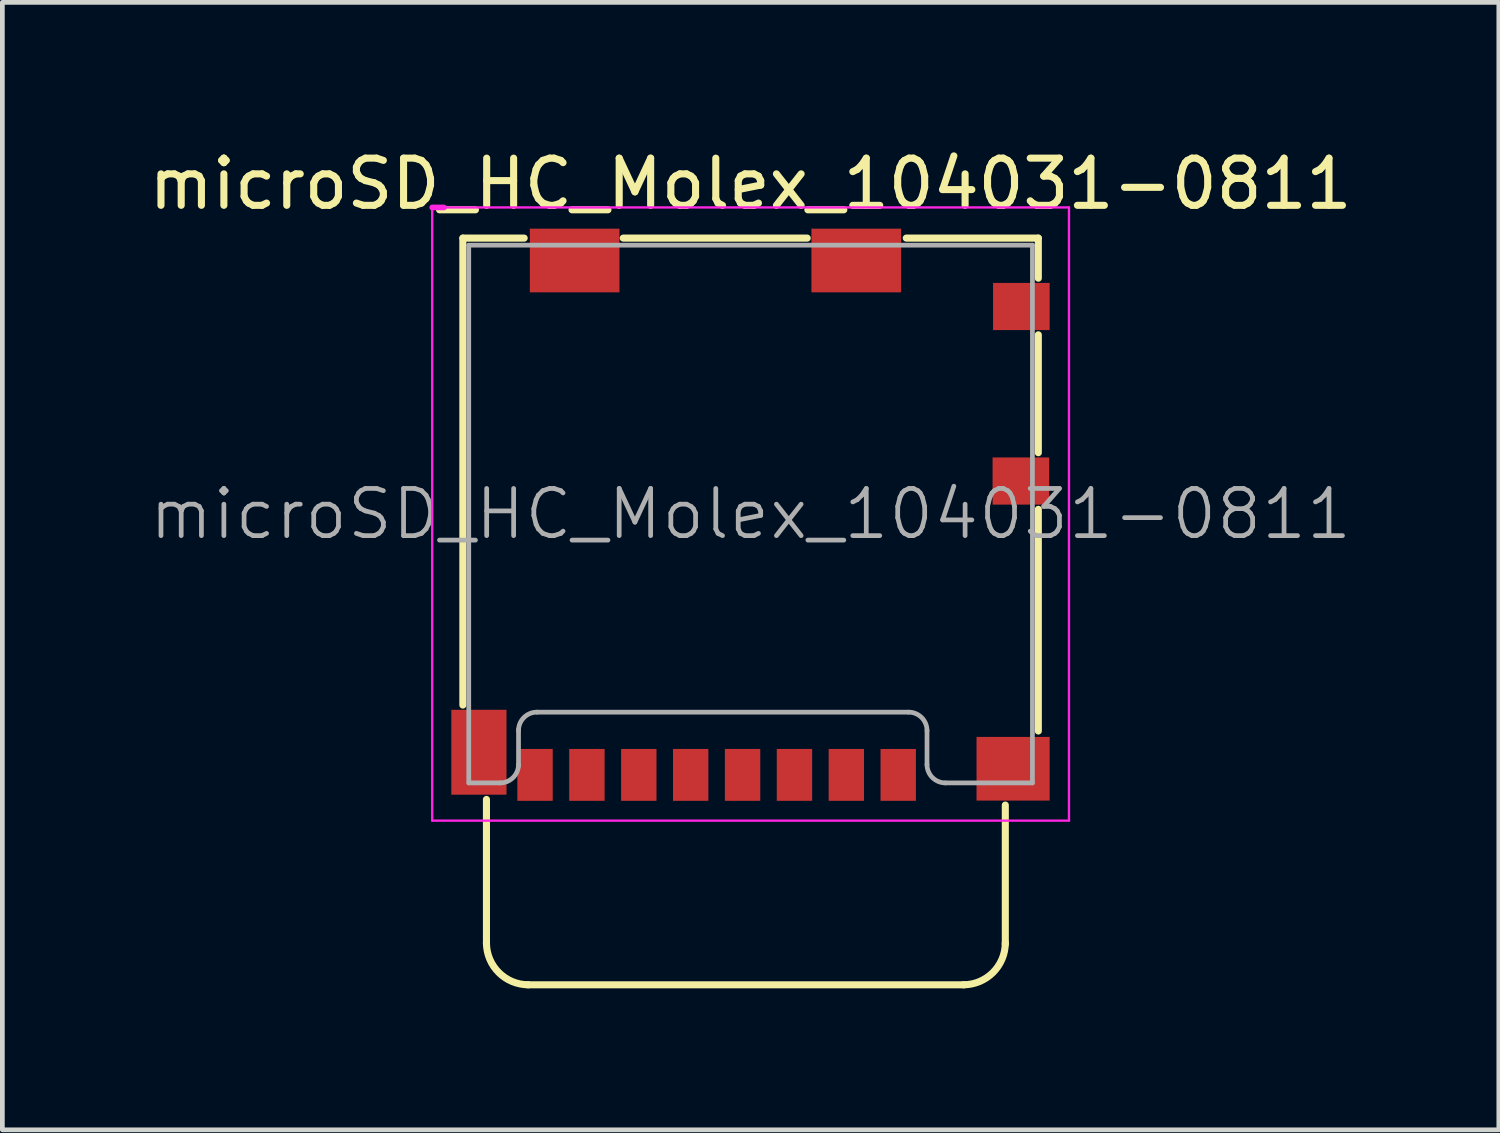
<source format=kicad_pcb>
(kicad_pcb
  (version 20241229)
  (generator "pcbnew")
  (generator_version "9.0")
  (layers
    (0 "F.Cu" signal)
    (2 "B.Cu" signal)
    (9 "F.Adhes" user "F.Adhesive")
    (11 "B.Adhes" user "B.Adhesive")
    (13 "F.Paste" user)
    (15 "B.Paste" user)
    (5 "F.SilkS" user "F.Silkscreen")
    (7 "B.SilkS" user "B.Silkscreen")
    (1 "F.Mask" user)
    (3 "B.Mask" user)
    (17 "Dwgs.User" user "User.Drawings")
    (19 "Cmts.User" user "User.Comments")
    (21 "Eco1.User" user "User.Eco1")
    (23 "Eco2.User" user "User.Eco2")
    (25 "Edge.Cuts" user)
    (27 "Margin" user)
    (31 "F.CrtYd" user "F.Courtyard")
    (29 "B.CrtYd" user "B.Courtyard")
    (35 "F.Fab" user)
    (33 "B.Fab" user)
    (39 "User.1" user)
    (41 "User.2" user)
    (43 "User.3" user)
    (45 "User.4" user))
  (footprint "microSD_HC_Molex_104031-0811"
    (layer "F.Cu")
    (at 12.863 7.848)
    (property "Reference" "microSD_HC_Molex_104031-0811" (at 0 -7 0) (layer "F.SilkS") (effects (font (size 1 1) (thickness 0.15))))
    (attr smd)
    (fp_line (start -6.1 -5.85) (end -4.8 -5.85) (stroke (width 0.15) (type solid)) (layer "F.SilkS"))
    (fp_line (start -6.1 4.05) (end -6.1 -5.85) (stroke (width 0.15) (type solid)) (layer "F.SilkS"))
    (fp_line (start -5.6 9.12) (end -5.6 6.05) (stroke (width 0.15) (type solid)) (layer "F.SilkS"))
    (fp_line (start -4.73 9.98) (end 4.53 9.98) (stroke (width 0.15) (type solid)) (layer "F.SilkS"))
    (fp_line (start -2.7 -5.85) (end 1.2 -5.85) (stroke (width 0.15) (type solid)) (layer "F.SilkS"))
    (fp_line (start 3.3 -5.85) (end 6.1 -5.85) (stroke (width 0.15) (type solid)) (layer "F.SilkS"))
    (fp_line (start 5.4 9.12) (end 5.4 6.17) (stroke (width 0.15) (type solid)) (layer "F.SilkS"))
    (fp_line (start 6.1 -5.85) (end 6.1 -5) (stroke (width 0.15) (type solid)) (layer "F.SilkS"))
    (fp_line (start 6.1 -3.8) (end 6.1 -1.3) (stroke (width 0.15) (type solid)) (layer "F.SilkS"))
    (fp_line (start 6.1 -0.1) (end 6.1 4.6) (stroke (width 0.15) (type solid)) (layer "F.SilkS"))
    (fp_arc (start -4.71 9.98) (mid -5.339325 9.719325) (end -5.6 9.09) (stroke (width 0.15) (type solid)) (layer "F.SilkS"))
    (fp_arc (start 5.4 9.09) (mid 5.139325 9.719325) (end 4.51 9.98) (stroke (width 0.15) (type solid)) (layer "F.SilkS"))
    (fp_line (start -6.75 -6.5) (end -6.5 -6.5) (stroke (width 0.12) (type solid)) (layer "F.CrtYd"))
    (fp_line (start -6.75 6.5) (end -6.75 -6.5) (stroke (width 0.05) (type solid)) (layer "F.CrtYd"))
    (fp_line (start -6.5 -6.5) (end 6.75 -6.5) (stroke (width 0.05) (type solid)) (layer "F.CrtYd"))
    (fp_line (start 6.75 -6.5) (end 6.75 6.5) (stroke (width 0.05) (type solid)) (layer "F.CrtYd"))
    (fp_line (start 6.75 6.5) (end -6.75 6.5) (stroke (width 0.05) (type solid)) (layer "F.CrtYd"))
    (fp_line (start -5.975 -5.7) (end -5.975 5.7) (stroke (width 0.1) (type solid)) (layer "F.Fab"))
    (fp_line (start -5.97 5.7) (end -5.31 5.7) (stroke (width 0.1) (type solid)) (layer "F.Fab"))
    (fp_line (start -4.92 4.57) (end -4.92 5.34) (stroke (width 0.1) (type solid)) (layer "F.Fab"))
    (fp_line (start 3.35 4.2) (end -4.53 4.2) (stroke (width 0.1) (type solid)) (layer "F.Fab"))
    (fp_line (start 3.74 4.59) (end 3.74 5.31) (stroke (width 0.1) (type solid)) (layer "F.Fab"))
    (fp_line (start 4.13 5.7) (end 5.975 5.7) (stroke (width 0.1) (type solid)) (layer "F.Fab"))
    (fp_line (start 5.975 -5.7) (end -5.975 -5.7) (stroke (width 0.1) (type solid)) (layer "F.Fab"))
    (fp_line (start 5.975 5.7) (end 5.975 -5.7) (stroke (width 0.1) (type solid)) (layer "F.Fab"))
    (fp_arc (start -4.92 4.59) (mid -4.805772 4.314228) (end -4.53 4.2) (stroke (width 0.1) (type solid)) (layer "F.Fab"))
    (fp_arc (start -4.92 5.31) (mid -5.034228 5.585772) (end -5.31 5.7) (stroke (width 0.1) (type solid)) (layer "F.Fab"))
    (fp_arc (start 3.35 4.2) (mid 3.625772 4.314228) (end 3.74 4.59) (stroke (width 0.1) (type solid)) (layer "F.Fab"))
    (fp_arc (start 4.13 5.7) (mid 3.854228 5.585772) (end 3.74 5.31) (stroke (width 0.1) (type solid)) (layer "F.Fab"))
    (fp_text user "${REFERENCE}" (at 0 0 0) (layer "F.Fab") (effects (font (size 1 1) (thickness 0.1))))
    (pad "1" smd rect (at 3.13 5.53) (size 0.75 1.1) (layers "F.Cu" "F.Mask" "F.Paste"))
    (pad "2" smd rect (at 2.03 5.53) (size 0.75 1.1) (layers "F.Cu" "F.Mask" "F.Paste"))
    (pad "3" smd rect (at 0.93 5.53) (size 0.75 1.1) (layers "F.Cu" "F.Mask" "F.Paste"))
    (pad "4" smd rect (at -0.17 5.53) (size 0.75 1.1) (layers "F.Cu" "F.Mask" "F.Paste"))
    (pad "5" smd rect (at -1.27 5.53) (size 0.75 1.1) (layers "F.Cu" "F.Mask" "F.Paste"))
    (pad "6" smd rect (at -2.37 5.53) (size 0.75 1.1) (layers "F.Cu" "F.Mask" "F.Paste"))
    (pad "7" smd rect (at -3.47 5.53) (size 0.75 1.1) (layers "F.Cu" "F.Mask" "F.Paste"))
    (pad "8" smd rect (at -4.57 5.53) (size 0.75 1.1) (layers "F.Cu" "F.Mask" "F.Paste"))
    (pad "9" smd rect (at 5.74 -4.4 90) (size 1 1.2) (layers "F.Cu" "F.Mask" "F.Paste"))
    (pad "10" smd rect (at 5.73 -0.7 90) (size 1 1.2) (layers "F.Cu" "F.Mask" "F.Paste"))
    (pad "11" smd rect (at -5.76 5.05) (size 1.17 1.8) (layers "F.Cu" "F.Mask" "F.Paste"))
    (pad "11" smd rect (at -3.73 -5.375) (size 1.9 1.35) (layers "F.Cu" "F.Mask" "F.Paste"))
    (pad "11" smd rect (at 2.24 -5.375) (size 1.9 1.35) (layers "F.Cu" "F.Mask" "F.Paste"))
    (pad "11" smd rect (at 5.565 5.4) (size 1.55 1.35) (layers "F.Cu" "F.Mask" "F.Paste")))
  (gr_rect
    (start -3 -3)
    (end 28.726 20.903)
    (stroke (width 0.1) (type default))
    (fill no)
    (layer "Edge.Cuts")))
</source>
